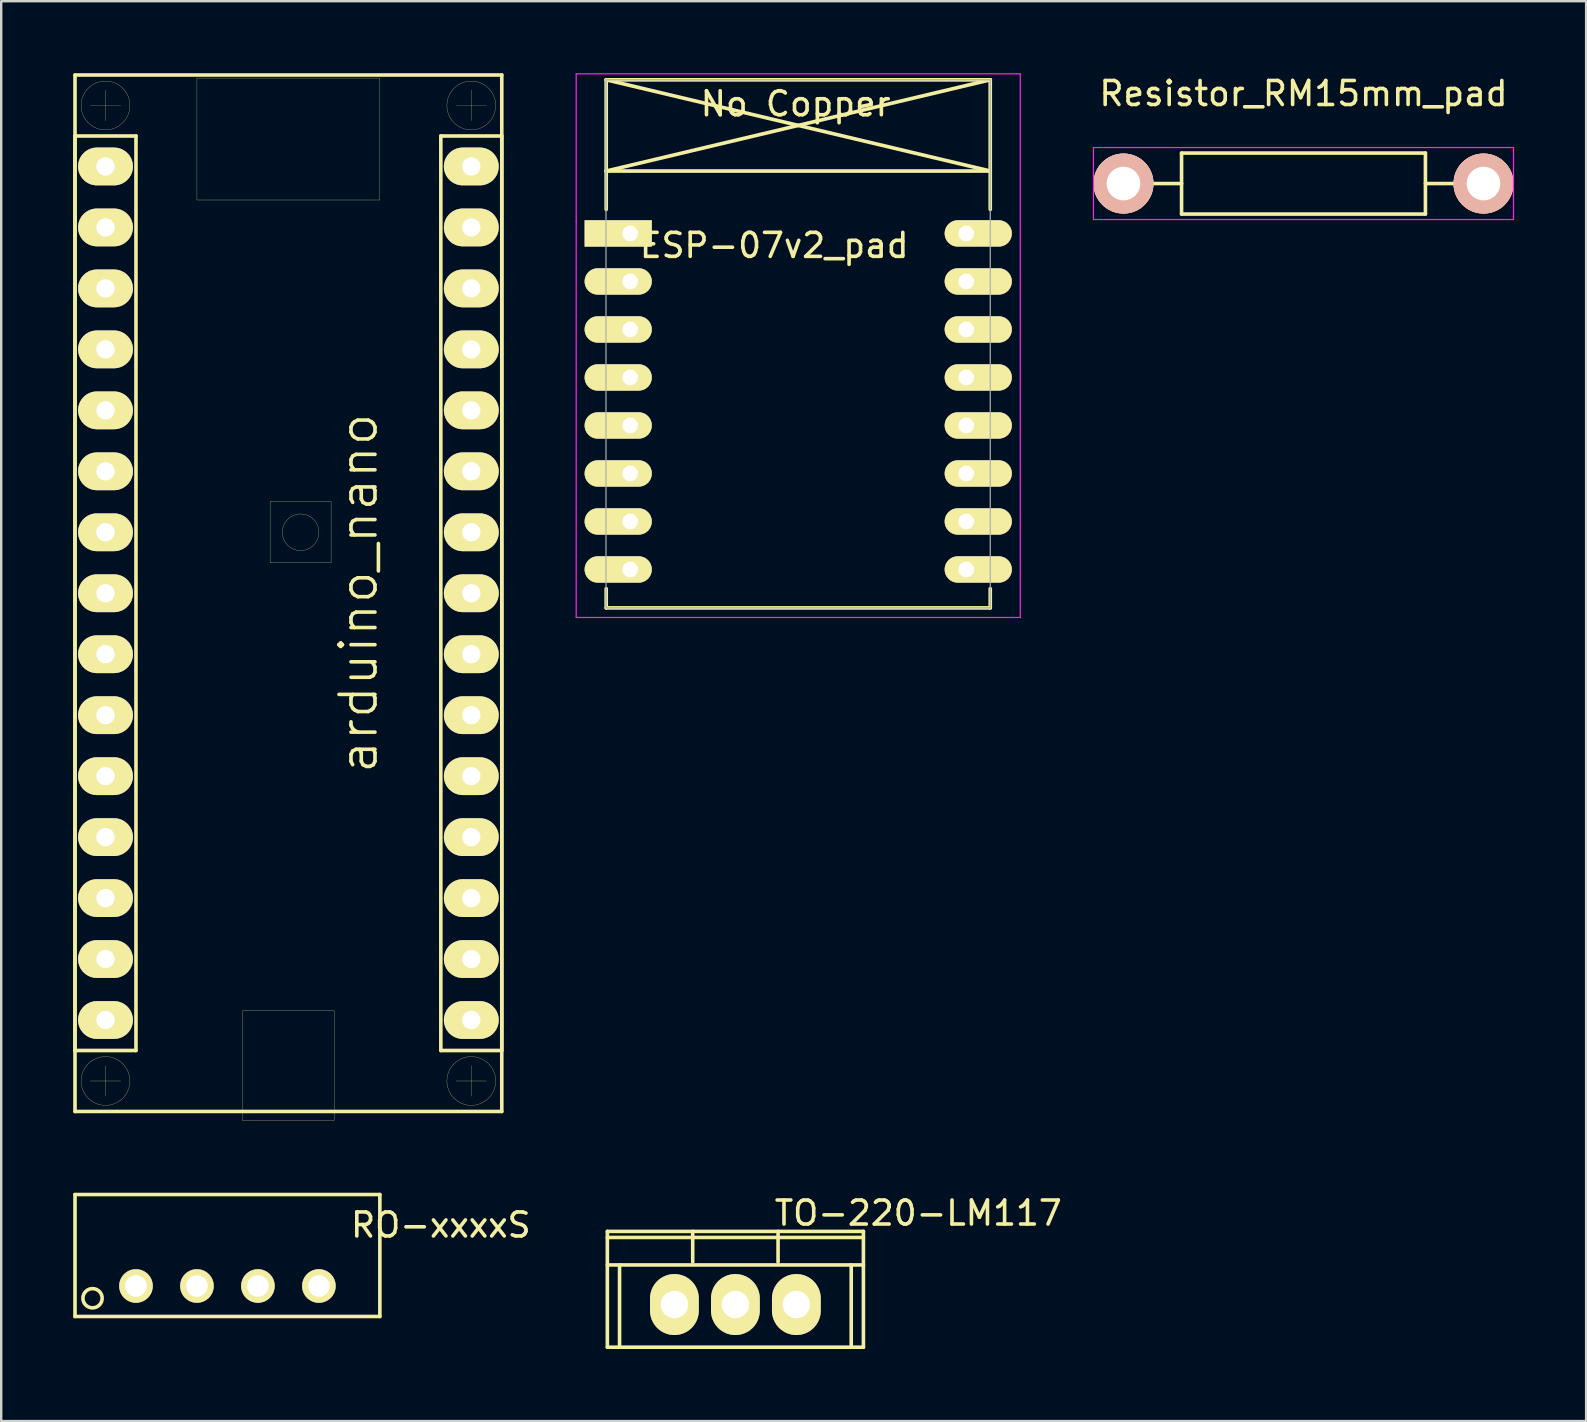
<source format=kicad_pcb>
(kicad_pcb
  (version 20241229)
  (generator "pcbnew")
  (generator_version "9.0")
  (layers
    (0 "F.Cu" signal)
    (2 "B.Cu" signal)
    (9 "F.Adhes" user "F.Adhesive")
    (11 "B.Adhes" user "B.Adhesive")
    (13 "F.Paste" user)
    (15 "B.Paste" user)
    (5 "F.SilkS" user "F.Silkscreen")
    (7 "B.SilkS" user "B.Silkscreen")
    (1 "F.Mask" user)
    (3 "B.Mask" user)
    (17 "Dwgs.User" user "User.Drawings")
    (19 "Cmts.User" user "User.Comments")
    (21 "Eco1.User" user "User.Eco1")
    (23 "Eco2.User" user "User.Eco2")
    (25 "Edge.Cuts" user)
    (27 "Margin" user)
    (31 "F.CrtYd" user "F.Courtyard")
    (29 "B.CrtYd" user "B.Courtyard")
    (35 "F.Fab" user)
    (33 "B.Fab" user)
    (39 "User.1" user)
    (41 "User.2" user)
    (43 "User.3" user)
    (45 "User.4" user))
  (footprint "RO-xxxxS"
    (layer "F.Cu")
    (at 5.155 47.986)
    (property "Reference" "RO-xxxxS" (at 10.16 0 0) (layer "F.SilkS") (effects (font (size 1 1) (thickness 0.15))))
    (attr through_hole)
    (fp_line (start -5.08 -1.27) (end -5.08 3.81) (stroke (width 0.15) (type solid)) (layer "F.SilkS"))
    (fp_line (start -5.08 3.81) (end 7.62 3.81) (stroke (width 0.15) (type solid)) (layer "F.SilkS"))
    (fp_line (start 7.62 -1.27) (end -5.08 -1.27) (stroke (width 0.15) (type solid)) (layer "F.SilkS"))
    (fp_line (start 7.62 3.81) (end 7.62 -1.27) (stroke (width 0.15) (type solid)) (layer "F.SilkS"))
    (fp_circle (center -4.35 3.05) (end -3.95 3.075) (stroke (width 0.15) (type solid)) (fill no) (layer "F.SilkS"))
    (pad "1" thru_hole circle (at -2.54 2.54) (size 1.4 1.4) (drill 0.9) (layers "*.Cu" "*.Mask" "F.SilkS"))
    (pad "2" thru_hole circle (at 0 2.54) (size 1.4 1.4) (drill 0.9) (layers "*.Cu" "*.Mask" "F.SilkS"))
    (pad "3" thru_hole circle (at 2.54 2.54) (size 1.4 1.4) (drill 0.9) (layers "*.Cu" "*.Mask" "F.SilkS"))
    (pad "4" thru_hole circle (at 5.08 2.54) (size 1.4 1.4) (drill 0.9) (layers "*.Cu" "*.Mask" "F.SilkS")))
  (footprint "TO-220-LM117"
    (layer "F.Cu")
    (at 27.587 51.299)
    (property "Reference" "TO-220-LM117" (at 7.62 -3.81 0) (layer "F.SilkS") (effects (font (size 1 1) (thickness 0.15))))
    (attr through_hole)
    (fp_line (start -5.334 -3.048) (end -5.334 1.778) (stroke (width 0.15) (type solid)) (layer "F.SilkS"))
    (fp_line (start -5.334 -1.651) (end 5.334 -1.651) (stroke (width 0.15) (type solid)) (layer "F.SilkS"))
    (fp_line (start -4.826 -1.651) (end -4.826 1.778) (stroke (width 0.15) (type solid)) (layer "F.SilkS"))
    (fp_line (start -1.778 -1.778) (end -1.778 -3.048) (stroke (width 0.15) (type solid)) (layer "F.SilkS"))
    (fp_line (start 1.778 -1.778) (end 1.778 -3.048) (stroke (width 0.15) (type solid)) (layer "F.SilkS"))
    (fp_line (start 4.826 -1.651) (end 4.826 1.778) (stroke (width 0.15) (type solid)) (layer "F.SilkS"))
    (fp_line (start 5.334 -3.048) (end -5.334 -3.048) (stroke (width 0.15) (type solid)) (layer "F.SilkS"))
    (fp_line (start 5.334 -3.048) (end 5.334 1.778) (stroke (width 0.15) (type solid)) (layer "F.SilkS"))
    (fp_line (start 5.334 -2.794) (end -5.334 -2.794) (stroke (width 0.15) (type solid)) (layer "F.SilkS"))
    (fp_line (start 5.334 1.778) (end -5.334 1.778) (stroke (width 0.15) (type solid)) (layer "F.SilkS"))
    (pad "GND" thru_hole oval (at 2.54 0) (size 2.032 2.54) (drill 1.143) (layers "*.Cu" "*.Mask" "F.SilkS"))
    (pad "VI" thru_hole oval (at -2.54 0) (size 2.032 2.54) (drill 1.143) (layers "*.Cu" "*.Mask" "F.SilkS"))
    (pad "VO" thru_hole oval (at 0 0) (size 2.032 2.54) (drill 1.143) (layers "*.Cu" "*.Mask" "F.SilkS")))
  (footprint "ESP-07v2_pad"
    (layer "F.Cu")
    (at 23.205 6.675)
    (property "Reference" "ESP-07v2_pad" (at 6 0.5 0) (layer "F.SilkS") (effects (font (size 1 1) (thickness 0.15))))
    (attr through_hole)
    (fp_line (start -1.008 -2.6) (end 14.992 -2.6) (stroke (width 0.152) (type solid)) (layer "F.SilkS"))
    (fp_line (start -1 -6.4) (end -1 -1) (stroke (width 0.152) (type solid)) (layer "F.SilkS"))
    (fp_line (start -1 -6.4) (end 15 -6.4) (stroke (width 0.152) (type solid)) (layer "F.SilkS"))
    (fp_line (start -1 -6.4) (end 15 -2.6) (stroke (width 0.152) (type solid)) (layer "F.SilkS"))
    (fp_line (start -1 14.8) (end -1 15.6) (stroke (width 0.152) (type solid)) (layer "F.SilkS"))
    (fp_line (start -1 15.6) (end 15 15.6) (stroke (width 0.152) (type solid)) (layer "F.SilkS"))
    (fp_line (start 15 -6.4) (end -1 -2.6) (stroke (width 0.152) (type solid)) (layer "F.SilkS"))
    (fp_line (start 15 -6.4) (end 15 -1) (stroke (width 0.152) (type solid)) (layer "F.SilkS"))
    (fp_line (start 15 15.6) (end 15 14.8) (stroke (width 0.152) (type solid)) (layer "F.SilkS"))
    (fp_line (start -2.25 -6.65) (end 16.25 -6.65) (stroke (width 0.05) (type solid)) (layer "F.CrtYd"))
    (fp_line (start -2.25 -0.5) (end -2.25 -6.65) (stroke (width 0.05) (type solid)) (layer "F.CrtYd"))
    (fp_line (start -2.25 16) (end -2.25 -0.5) (stroke (width 0.05) (type solid)) (layer "F.CrtYd"))
    (fp_line (start 16.25 -6.65) (end 16.25 16) (stroke (width 0.05) (type solid)) (layer "F.CrtYd"))
    (fp_line (start 16.25 16) (end -2.25 16) (stroke (width 0.05) (type solid)) (layer "F.CrtYd"))
    (fp_line (start -1.008 15.6) (end -1.008 -6.4) (stroke (width 0.05) (type solid)) (layer "F.Fab"))
    (fp_line (start -1 -6.4) (end 15 -6.4) (stroke (width 0.05) (type solid)) (layer "F.Fab"))
    (fp_line (start 15 -6.4) (end 15 15.6) (stroke (width 0.05) (type solid)) (layer "F.Fab"))
    (fp_line (start 15 15.6) (end -1 15.6) (stroke (width 0.05) (type solid)) (layer "F.Fab"))
    (fp_text user "No Copper" (at 6.892 -5.4 0) (layer "F.SilkS") (effects (font (size 1 1) (thickness 0.15))))
    (pad "1" thru_hole rect (at 0 0) (size 2.8 1.1) (drill 0.65 (offset -0.5 0)) (layers "*.Cu" "*.Mask" "F.SilkS"))
    (pad "2" thru_hole oval (at 0 2) (size 2.8 1.1) (drill 0.65 (offset -0.5 0)) (layers "*.Cu" "*.Mask" "F.SilkS"))
    (pad "3" thru_hole oval (at 0 4) (size 2.8 1.1) (drill 0.65 (offset -0.5 0)) (layers "*.Cu" "*.Mask" "F.SilkS"))
    (pad "4" thru_hole oval (at 0 6) (size 2.8 1.1) (drill 0.65 (offset -0.5 0)) (layers "*.Cu" "*.Mask" "F.SilkS"))
    (pad "5" thru_hole oval (at 0 8) (size 2.8 1.1) (drill 0.65 (offset -0.5 0)) (layers "*.Cu" "*.Mask" "F.SilkS"))
    (pad "6" thru_hole oval (at 0 10) (size 2.8 1.1) (drill 0.65 (offset -0.5 0)) (layers "*.Cu" "*.Mask" "F.SilkS"))
    (pad "7" thru_hole oval (at 0 12) (size 2.8 1.1) (drill 0.65 (offset -0.5 0)) (layers "*.Cu" "*.Mask" "F.SilkS"))
    (pad "8" thru_hole oval (at 0 14) (size 2.8 1.1) (drill 0.65 (offset -0.5 0)) (layers "*.Cu" "*.Mask" "F.SilkS"))
    (pad "9" thru_hole oval (at 14 14) (size 2.8 1.1) (drill 0.65 (offset 0.5 0)) (layers "*.Cu" "*.Mask" "F.SilkS"))
    (pad "10" thru_hole oval (at 14 12) (size 2.8 1.1) (drill 0.65 (offset 0.5 0)) (layers "*.Cu" "*.Mask" "F.SilkS"))
    (pad "11" thru_hole oval (at 14 10) (size 2.8 1.1) (drill 0.65 (offset 0.5 0)) (layers "*.Cu" "*.Mask" "F.SilkS"))
    (pad "12" thru_hole oval (at 14 8) (size 2.8 1.1) (drill 0.65 (offset 0.5 0)) (layers "*.Cu" "*.Mask" "F.SilkS"))
    (pad "13" thru_hole oval (at 14 6) (size 2.8 1.1) (drill 0.65 (offset 0.5 0)) (layers "*.Cu" "*.Mask" "F.SilkS"))
    (pad "14" thru_hole oval (at 14 4) (size 2.8 1.1) (drill 0.65 (offset 0.5 0)) (layers "*.Cu" "*.Mask" "F.SilkS"))
    (pad "15" thru_hole oval (at 14 2) (size 2.8 1.1) (drill 0.65 (offset 0.5 0)) (layers "*.Cu" "*.Mask" "F.SilkS"))
    (pad "16" thru_hole oval (at 14 0) (size 2.8 1.1) (drill 0.65 (offset 0.5 0)) (layers "*.Cu" "*.Mask" "F.SilkS")))
  (footprint "Resistor_RM15mm_pad"
    (layer "F.Cu")
    (at 43.755 4.597)
    (property "Reference" "Resistor_RM15mm_pad" (at 7.5 -3.749 0) (layer "F.SilkS") (effects (font (size 1 1) (thickness 0.15))))
    (attr through_hole)
    (fp_line (start 1.27 0) (end 2.42 0) (stroke (width 0.15) (type solid)) (layer "F.SilkS"))
    (fp_line (start 2.42 -1.27) (end 2.42 1.27) (stroke (width 0.15) (type solid)) (layer "F.SilkS"))
    (fp_line (start 2.42 1.27) (end 12.58 1.27) (stroke (width 0.15) (type solid)) (layer "F.SilkS"))
    (fp_line (start 12.58 -1.27) (end 2.42 -1.27) (stroke (width 0.15) (type solid)) (layer "F.SilkS"))
    (fp_line (start 12.58 1.27) (end 12.58 -1.27) (stroke (width 0.15) (type solid)) (layer "F.SilkS"))
    (fp_line (start 13.73 0) (end 12.58 0) (stroke (width 0.15) (type solid)) (layer "F.SilkS"))
    (fp_line (start -1.25 -1.5) (end 16.25 -1.5) (stroke (width 0.05) (type solid)) (layer "F.CrtYd"))
    (fp_line (start -1.25 1.5) (end -1.25 -1.5) (stroke (width 0.05) (type solid)) (layer "F.CrtYd"))
    (fp_line (start 16.25 -1.5) (end 16.25 1.5) (stroke (width 0.05) (type solid)) (layer "F.CrtYd"))
    (fp_line (start 16.25 1.5) (end -1.25 1.5) (stroke (width 0.05) (type solid)) (layer "F.CrtYd"))
    (pad "1" thru_hole circle (at 0 0) (size 2.5 2.5) (drill 1.4) (layers "*.Cu" "*.SilkS" "*.Mask"))
    (pad "2" thru_hole circle (at 15 0) (size 2.5 2.5) (drill 1.4) (layers "*.Cu" "*.SilkS" "*.Mask")))
  (footprint "arduino_nano"
    (layer "F.Cu")
    (at 8.965 21.665)
    (property "Reference" "arduino_nano" (at 2.921 0 90) (layer "F.SilkS") (effects (font (size 1.5 1.5) (thickness 0.15))))
    (attr through_hole)
    (fp_line (start -8.89 -21.59) (end -8.89 21.59) (stroke (width 0.15) (type solid)) (layer "F.SilkS"))
    (fp_line (start -8.89 -19.05) (end -8.89 19.05) (stroke (width 0.15) (type solid)) (layer "F.SilkS"))
    (fp_line (start -8.89 19.05) (end -6.35 19.05) (stroke (width 0.15) (type solid)) (layer "F.SilkS"))
    (fp_line (start -8.89 21.59) (end 8.89 21.59) (stroke (width 0.15) (type solid)) (layer "F.SilkS"))
    (fp_line (start -8.255 -20.32) (end -6.985 -20.32) (stroke (width 0.01) (type solid)) (layer "F.SilkS"))
    (fp_line (start -8.255 20.32) (end -6.985 20.32) (stroke (width 0.01) (type solid)) (layer "F.SilkS"))
    (fp_line (start -7.62 -20.955) (end -7.62 -19.685) (stroke (width 0.01) (type solid)) (layer "F.SilkS"))
    (fp_line (start -7.62 19.685) (end -7.62 20.955) (stroke (width 0.01) (type solid)) (layer "F.SilkS"))
    (fp_line (start -6.35 -19.05) (end -8.89 -19.05) (stroke (width 0.15) (type solid)) (layer "F.SilkS"))
    (fp_line (start -6.35 19.05) (end -6.35 -19.05) (stroke (width 0.15) (type solid)) (layer "F.SilkS"))
    (fp_line (start -3.81 -21.463) (end 3.81 -21.463) (stroke (width 0.01) (type solid)) (layer "F.SilkS"))
    (fp_line (start -3.81 -16.383) (end -3.81 -21.463) (stroke (width 0.01) (type solid)) (layer "F.SilkS"))
    (fp_line (start -1.905 17.399) (end 1.905 17.399) (stroke (width 0.01) (type solid)) (layer "F.SilkS"))
    (fp_line (start -1.905 21.971) (end -1.905 17.399) (stroke (width 0.01) (type solid)) (layer "F.SilkS"))
    (fp_line (start -0.762 -3.81) (end -0.762 -1.27) (stroke (width 0.01) (type solid)) (layer "F.SilkS"))
    (fp_line (start -0.762 -1.27) (end 1.778 -1.27) (stroke (width 0.01) (type solid)) (layer "F.SilkS"))
    (fp_line (start 1.778 -3.81) (end -0.762 -3.81) (stroke (width 0.01) (type solid)) (layer "F.SilkS"))
    (fp_line (start 1.778 -1.27) (end 1.778 -3.81) (stroke (width 0.01) (type solid)) (layer "F.SilkS"))
    (fp_line (start 1.905 17.399) (end 1.905 21.971) (stroke (width 0.01) (type solid)) (layer "F.SilkS"))
    (fp_line (start 1.905 21.971) (end -1.905 21.971) (stroke (width 0.01) (type solid)) (layer "F.SilkS"))
    (fp_line (start 3.81 -21.463) (end 3.81 -16.383) (stroke (width 0.01) (type solid)) (layer "F.SilkS"))
    (fp_line (start 3.81 -16.383) (end -3.81 -16.383) (stroke (width 0.01) (type solid)) (layer "F.SilkS"))
    (fp_line (start 6.35 -19.05) (end 8.89 -19.05) (stroke (width 0.15) (type solid)) (layer "F.SilkS"))
    (fp_line (start 6.35 19.05) (end 6.35 -19.05) (stroke (width 0.15) (type solid)) (layer "F.SilkS"))
    (fp_line (start 6.985 -20.32) (end 8.255 -20.32) (stroke (width 0.01) (type solid)) (layer "F.SilkS"))
    (fp_line (start 6.985 20.32) (end 8.255 20.32) (stroke (width 0.01) (type solid)) (layer "F.SilkS"))
    (fp_line (start 7.62 -20.955) (end 7.62 -19.685) (stroke (width 0.01) (type solid)) (layer "F.SilkS"))
    (fp_line (start 7.62 19.685) (end 7.62 20.955) (stroke (width 0.01) (type solid)) (layer "F.SilkS"))
    (fp_line (start 8.89 -21.59) (end -8.89 -21.59) (stroke (width 0.15) (type solid)) (layer "F.SilkS"))
    (fp_line (start 8.89 -19.05) (end 8.89 19.05) (stroke (width 0.15) (type solid)) (layer "F.SilkS"))
    (fp_line (start 8.89 19.05) (end 6.35 19.05) (stroke (width 0.15) (type solid)) (layer "F.SilkS"))
    (fp_line (start 8.89 21.59) (end 8.89 -21.59) (stroke (width 0.15) (type solid)) (layer "F.SilkS"))
    (fp_circle (center -7.62 -20.32) (end -6.604 -20.32) (stroke (width 0.01) (type solid)) (fill no) (layer "F.SilkS"))
    (fp_circle (center -7.62 20.32) (end -6.604 20.32) (stroke (width 0.01) (type solid)) (fill no) (layer "F.SilkS"))
    (fp_circle (center 0.508 -2.54) (end -0.254 -2.54) (stroke (width 0.01) (type solid)) (fill no) (layer "F.SilkS"))
    (fp_circle (center 7.62 -20.32) (end 8.636 -20.32) (stroke (width 0.01) (type solid)) (fill no) (layer "F.SilkS"))
    (fp_circle (center 7.62 20.32) (end 8.636 20.32) (stroke (width 0.01) (type solid)) (fill no) (layer "F.SilkS"))
    (pad "1" thru_hole oval (at -7.62 -17.78) (size 2.286 1.575) (drill 0.762) (layers "*.Cu" "*.Mask" "F.SilkS"))
    (pad "2" thru_hole oval (at -7.62 -15.24) (size 2.286 1.575) (drill 0.762) (layers "*.Cu" "*.Mask" "F.SilkS"))
    (pad "3" thru_hole oval (at -7.62 -12.7) (size 2.286 1.575) (drill 0.762) (layers "*.Cu" "*.Mask" "F.SilkS"))
    (pad "4" thru_hole oval (at -7.62 -10.16) (size 2.286 1.575) (drill 0.762) (layers "*.Cu" "*.Mask" "F.SilkS"))
    (pad "5" thru_hole oval (at -7.62 -7.62) (size 2.286 1.575) (drill 0.762) (layers "*.Cu" "*.Mask" "F.SilkS"))
    (pad "6" thru_hole oval (at -7.62 -5.08) (size 2.286 1.575) (drill 0.762) (layers "*.Cu" "*.Mask" "F.SilkS"))
    (pad "7" thru_hole oval (at -7.62 -2.54) (size 2.286 1.575) (drill 0.762) (layers "*.Cu" "*.Mask" "F.SilkS"))
    (pad "8" thru_hole oval (at -7.62 0) (size 2.286 1.575) (drill 0.762) (layers "*.Cu" "*.Mask" "F.SilkS"))
    (pad "9" thru_hole oval (at -7.62 2.54) (size 2.286 1.575) (drill 0.762) (layers "*.Cu" "*.Mask" "F.SilkS"))
    (pad "10" thru_hole oval (at -7.62 5.08) (size 2.286 1.575) (drill 0.762) (layers "*.Cu" "*.Mask" "F.SilkS"))
    (pad "11" thru_hole oval (at -7.62 7.62) (size 2.286 1.575) (drill 0.762) (layers "*.Cu" "*.Mask" "F.SilkS"))
    (pad "12" thru_hole oval (at -7.62 10.16) (size 2.286 1.575) (drill 0.762) (layers "*.Cu" "*.Mask" "F.SilkS"))
    (pad "13" thru_hole oval (at -7.62 12.7) (size 2.286 1.575) (drill 0.762) (layers "*.Cu" "*.Mask" "F.SilkS"))
    (pad "14" thru_hole oval (at -7.62 15.24) (size 2.286 1.575) (drill 0.762) (layers "*.Cu" "*.Mask" "F.SilkS"))
    (pad "15" thru_hole oval (at -7.62 17.78) (size 2.286 1.575) (drill 0.762) (layers "*.Cu" "*.Mask" "F.SilkS"))
    (pad "16" thru_hole oval (at 7.62 17.78) (size 2.286 1.575) (drill 0.762) (layers "*.Cu" "*.Mask" "F.SilkS"))
    (pad "17" thru_hole oval (at 7.62 15.24) (size 2.286 1.575) (drill 0.762) (layers "*.Cu" "*.Mask" "F.SilkS"))
    (pad "18" thru_hole oval (at 7.62 12.7) (size 2.286 1.575) (drill 0.762) (layers "*.Cu" "*.Mask" "F.SilkS"))
    (pad "19" thru_hole oval (at 7.62 10.16) (size 2.286 1.575) (drill 0.762) (layers "*.Cu" "*.Mask" "F.SilkS"))
    (pad "20" thru_hole oval (at 7.62 7.62) (size 2.286 1.575) (drill 0.762) (layers "*.Cu" "*.Mask" "F.SilkS"))
    (pad "21" thru_hole oval (at 7.62 5.08) (size 2.286 1.575) (drill 0.762) (layers "*.Cu" "*.Mask" "F.SilkS"))
    (pad "22" thru_hole oval (at 7.62 2.54) (size 2.286 1.575) (drill 0.762) (layers "*.Cu" "*.Mask" "F.SilkS"))
    (pad "23" thru_hole oval (at 7.62 0) (size 2.286 1.575) (drill 0.762) (layers "*.Cu" "*.Mask" "F.SilkS"))
    (pad "24" thru_hole oval (at 7.62 -2.54) (size 2.286 1.575) (drill 0.762) (layers "*.Cu" "*.Mask" "F.SilkS"))
    (pad "25" thru_hole oval (at 7.62 -5.08) (size 2.286 1.575) (drill 0.762) (layers "*.Cu" "*.Mask" "F.SilkS"))
    (pad "26" thru_hole oval (at 7.62 -7.62) (size 2.286 1.575) (drill 0.762) (layers "*.Cu" "*.Mask" "F.SilkS"))
    (pad "27" thru_hole oval (at 7.62 -10.16) (size 2.286 1.575) (drill 0.762) (layers "*.Cu" "*.Mask" "F.SilkS"))
    (pad "28" thru_hole oval (at 7.62 -12.7) (size 2.286 1.575) (drill 0.762) (layers "*.Cu" "*.Mask" "F.SilkS"))
    (pad "29" thru_hole oval (at 7.62 -15.24) (size 2.286 1.575) (drill 0.762) (layers "*.Cu" "*.Mask" "F.SilkS"))
    (pad "30" thru_hole oval (at 7.62 -17.78) (size 2.286 1.575) (drill 0.762) (layers "*.Cu" "*.Mask" "F.SilkS")))
  (gr_rect
    (start -3 -3)
    (end 63.03 56.152)
    (stroke (width 0.1) (type default))
    (fill no)
    (layer "Edge.Cuts")))
</source>
